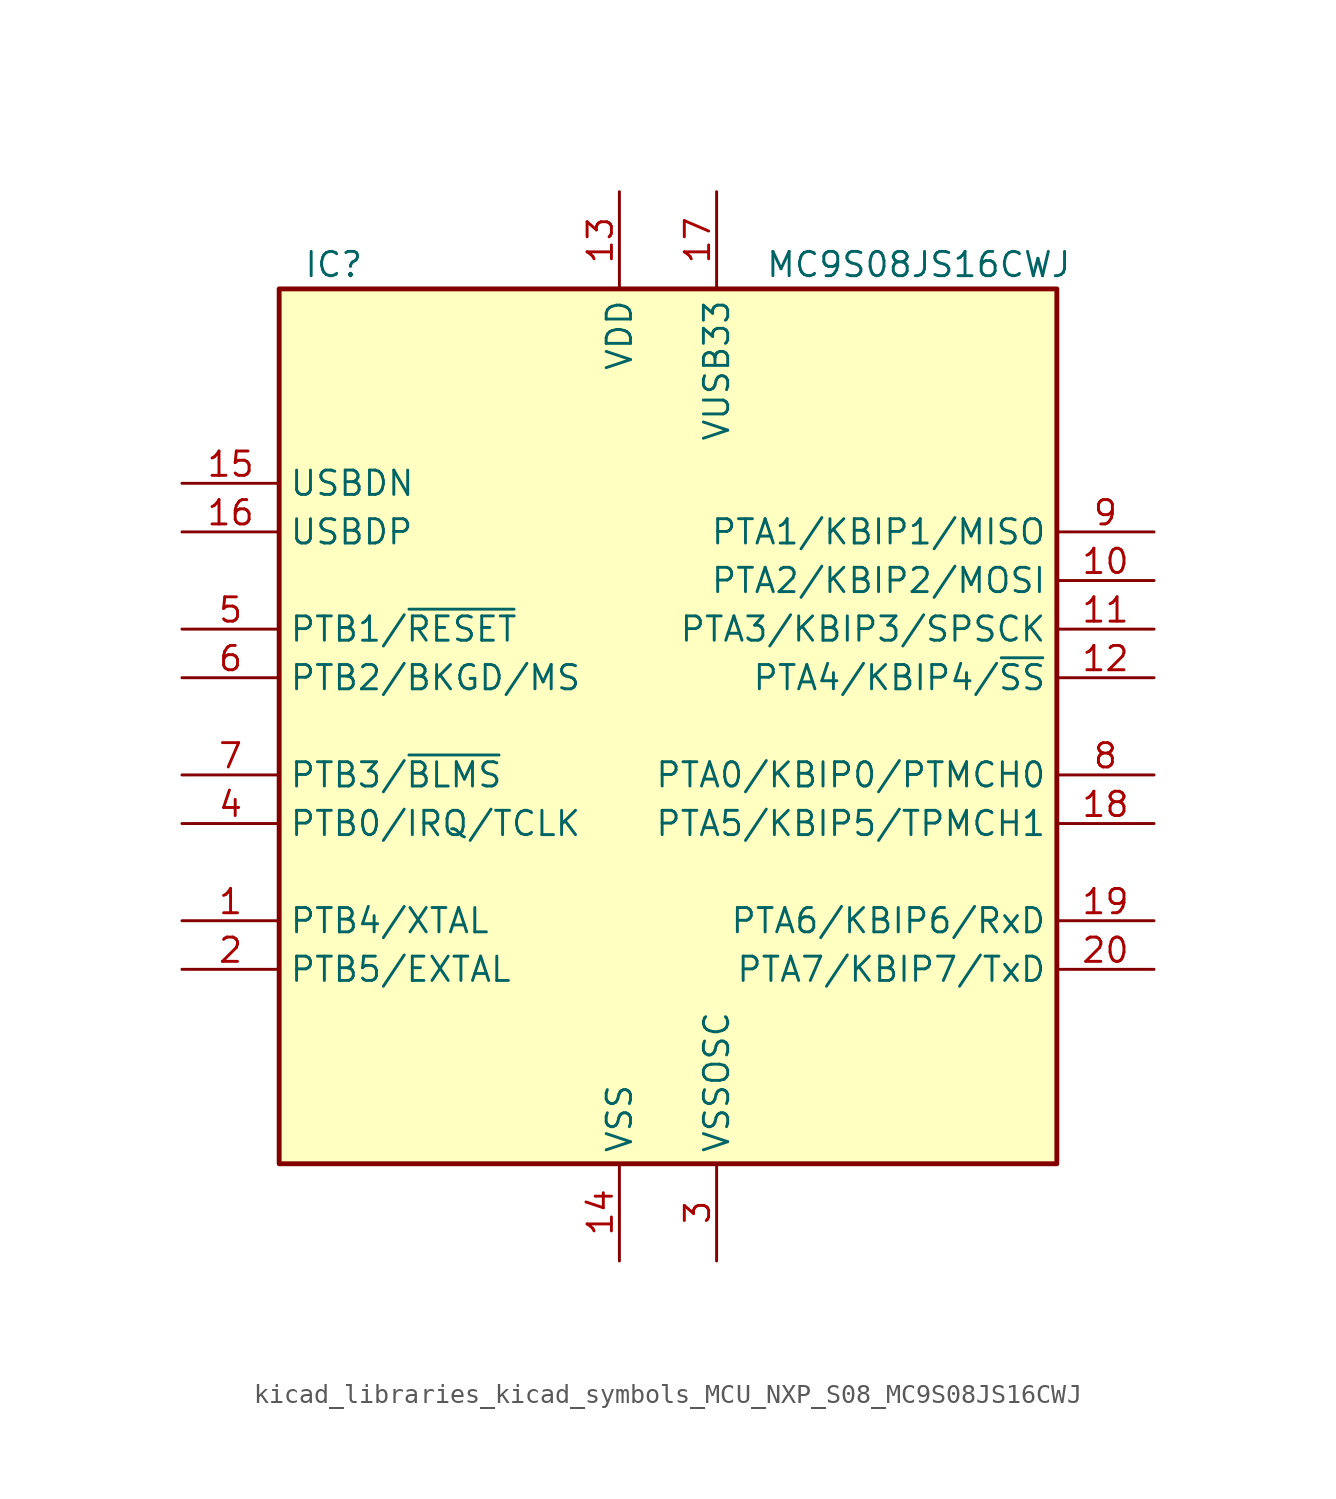
<source format=kicad_sym>
(kicad_symbol_lib
  (version 20220914)
  (generator kicad_symbol_editor)
  (symbol "kicad_libraries_kicad_symbols_MCU_NXP_S08_MC9S08JS16CWJ"
    (property "Reference" "IC"
      (at -19.05 24.13 0)
      (effects (font (size 1.27 1.27)) (justify left)))
    (property "Value" "MC9S08JS16CWJ"
      (at 5.08 24.13 0)
      (effects (font (size 1.27 1.27)) (justify left)))
    (symbol "kicad_libraries_kicad_symbols_MCU_NXP_S08_MC9S08JS16CWJ_0_1"
      (rectangle (start -20.32 22.86) (end 20.32 -22.86) (stroke (width 0.254) (type default)) (fill (type background))))
    (symbol "kicad_libraries_kicad_symbols_MCU_NXP_S08_MC9S08JS16CWJ_1_1"
      (pin bidirectional line (at -25.4 -10.16 0) (length 5.08) (name "PTB4/XTAL" (effects (font (size 1.27 1.27)))) (number "1" (effects (font (size 1.27 1.27)))))
      (pin bidirectional line (at 25.4 7.62 180) (length 5.08) (name "PTA2/KBIP2/MOSI" (effects (font (size 1.27 1.27)))) (number "10" (effects (font (size 1.27 1.27)))))
      (pin bidirectional line (at 25.4 5.08 180) (length 5.08) (name "PTA3/KBIP3/SPSCK" (effects (font (size 1.27 1.27)))) (number "11" (effects (font (size 1.27 1.27)))))
      (pin bidirectional line (at 25.4 2.54 180) (length 5.08) (name "PTA4/KBIP4/~{SS}" (effects (font (size 1.27 1.27)))) (number "12" (effects (font (size 1.27 1.27)))))
      (pin power_in line (at -2.54 27.94 270) (length 5.08) (name "VDD" (effects (font (size 1.27 1.27)))) (number "13" (effects (font (size 1.27 1.27)))))
      (pin power_in line (at -2.54 -27.94 90) (length 5.08) (name "VSS" (effects (font (size 1.27 1.27)))) (number "14" (effects (font (size 1.27 1.27)))))
      (pin bidirectional line (at -25.4 12.7 0) (length 5.08) (name "USBDN" (effects (font (size 1.27 1.27)))) (number "15" (effects (font (size 1.27 1.27)))))
      (pin bidirectional line (at -25.4 10.16 0) (length 5.08) (name "USBDP" (effects (font (size 1.27 1.27)))) (number "16" (effects (font (size 1.27 1.27)))))
      (pin power_out line (at 2.54 27.94 270) (length 5.08) (name "VUSB33" (effects (font (size 1.27 1.27)))) (number "17" (effects (font (size 1.27 1.27)))))
      (pin bidirectional line (at 25.4 -5.08 180) (length 5.08) (name "PTA5/KBIP5/TPMCH1" (effects (font (size 1.27 1.27)))) (number "18" (effects (font (size 1.27 1.27)))))
      (pin bidirectional line (at 25.4 -10.16 180) (length 5.08) (name "PTA6/KBIP6/RxD" (effects (font (size 1.27 1.27)))) (number "19" (effects (font (size 1.27 1.27)))))
      (pin bidirectional line (at -25.4 -12.7 0) (length 5.08) (name "PTB5/EXTAL" (effects (font (size 1.27 1.27)))) (number "2" (effects (font (size 1.27 1.27)))))
      (pin bidirectional line (at 25.4 -12.7 180) (length 5.08) (name "PTA7/KBIP7/TxD" (effects (font (size 1.27 1.27)))) (number "20" (effects (font (size 1.27 1.27)))))
      (pin power_in line (at 2.54 -27.94 90) (length 5.08) (name "VSSOSC" (effects (font (size 1.27 1.27)))) (number "3" (effects (font (size 1.27 1.27)))))
      (pin bidirectional line (at -25.4 -5.08 0) (length 5.08) (name "PTB0/IRQ/TCLK" (effects (font (size 1.27 1.27)))) (number "4" (effects (font (size 1.27 1.27)))))
      (pin bidirectional line (at -25.4 5.08 0) (length 5.08) (name "PTB1/~{RESET}" (effects (font (size 1.27 1.27)))) (number "5" (effects (font (size 1.27 1.27)))))
      (pin bidirectional line (at -25.4 2.54 0) (length 5.08) (name "PTB2/BKGD/MS" (effects (font (size 1.27 1.27)))) (number "6" (effects (font (size 1.27 1.27)))))
      (pin bidirectional line (at -25.4 -2.54 0) (length 5.08) (name "PTB3/~{BLMS}" (effects (font (size 1.27 1.27)))) (number "7" (effects (font (size 1.27 1.27)))))
      (pin bidirectional line (at 25.4 -2.54 180) (length 5.08) (name "PTA0/KBIP0/PTMCH0" (effects (font (size 1.27 1.27)))) (number "8" (effects (font (size 1.27 1.27)))))
      (pin bidirectional line (at 25.4 10.16 180) (length 5.08) (name "PTA1/KBIP1/MISO" (effects (font (size 1.27 1.27)))) (number "9" (effects (font (size 1.27 1.27))))))))
</source>
